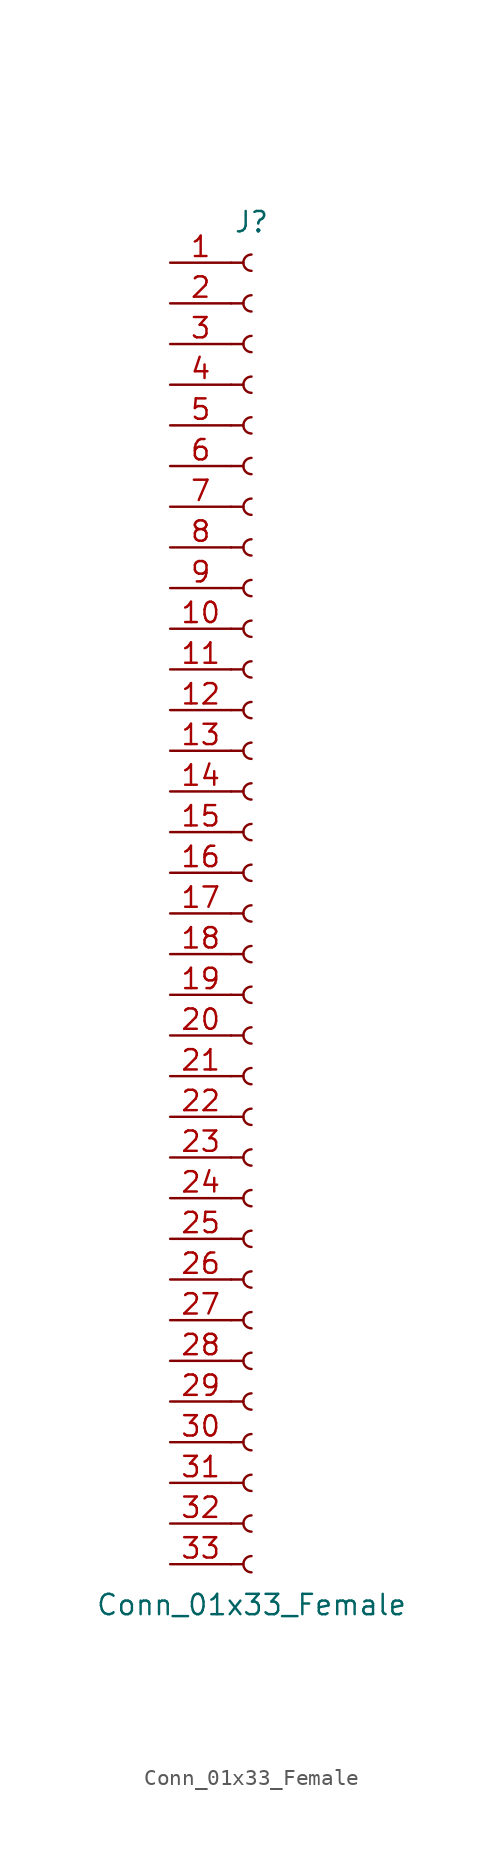
<source format=kicad_sym>
(kicad_symbol_lib
  (version 20220914)
  (generator kicad_symbol_editor)
  (symbol "Conn_01x33_Female"
    (pin_names
      (offset 1.016) hide)
    (property "Reference" "J"
      (at 0 43.18 0)
      (effects (font (size 1.27 1.27))))
    (property "Value" "Conn_01x33_Female"
      (at 0 -43.18 0)
      (effects (font (size 1.27 1.27))))
    (symbol "Conn_01x33_Female_1_1"
      (arc (start 0 -40.132) (mid -0.5058 -40.64) (end 0 -41.148) (stroke (width 0.1524) (type solid)) (fill (type none)))
      (arc (start 0 -37.592) (mid -0.5058 -38.1) (end 0 -38.608) (stroke (width 0.1524) (type solid)) (fill (type none)))
      (arc (start 0 -35.052) (mid -0.5058 -35.56) (end 0 -36.068) (stroke (width 0.1524) (type solid)) (fill (type none)))
      (arc (start 0 -32.512) (mid -0.5058 -33.02) (end 0 -33.528) (stroke (width 0.1524) (type solid)) (fill (type none)))
      (arc (start 0 -29.972) (mid -0.5058 -30.48) (end 0 -30.988) (stroke (width 0.1524) (type solid)) (fill (type none)))
      (arc (start 0 -27.432) (mid -0.5058 -27.94) (end 0 -28.448) (stroke (width 0.1524) (type solid)) (fill (type none)))
      (arc (start 0 -24.892) (mid -0.5058 -25.4) (end 0 -25.908) (stroke (width 0.1524) (type solid)) (fill (type none)))
      (arc (start 0 -22.352) (mid -0.5058 -22.86) (end 0 -23.368) (stroke (width 0.1524) (type solid)) (fill (type none)))
      (arc (start 0 -19.812) (mid -0.5058 -20.32) (end 0 -20.828) (stroke (width 0.1524) (type solid)) (fill (type none)))
      (arc (start 0 -17.272) (mid -0.5058 -17.78) (end 0 -18.288) (stroke (width 0.1524) (type solid)) (fill (type none)))
      (arc (start 0 -14.732) (mid -0.5058 -15.24) (end 0 -15.748) (stroke (width 0.1524) (type solid)) (fill (type none)))
      (arc (start 0 -12.192) (mid -0.5058 -12.7) (end 0 -13.208) (stroke (width 0.1524) (type solid)) (fill (type none)))
      (arc (start 0 -9.652) (mid -0.5058 -10.16) (end 0 -10.668) (stroke (width 0.1524) (type solid)) (fill (type none)))
      (arc (start 0 -7.112) (mid -0.5058 -7.62) (end 0 -8.128) (stroke (width 0.1524) (type solid)) (fill (type none)))
      (arc (start 0 -4.572) (mid -0.5058 -5.08) (end 0 -5.588) (stroke (width 0.1524) (type solid)) (fill (type none)))
      (arc (start 0 -2.032) (mid -0.5058 -2.54) (end 0 -3.048) (stroke (width 0.1524) (type solid)) (fill (type none)))
      (polyline (pts (xy -1.27 -40.64) (xy -0.508 -40.64)) (stroke (width 0.152) (type solid)) (fill (type none)))
      (polyline (pts (xy -1.27 -38.1) (xy -0.508 -38.1)) (stroke (width 0.152) (type solid)) (fill (type none)))
      (polyline (pts (xy -1.27 -35.56) (xy -0.508 -35.56)) (stroke (width 0.152) (type solid)) (fill (type none)))
      (polyline (pts (xy -1.27 -33.02) (xy -0.508 -33.02)) (stroke (width 0.152) (type solid)) (fill (type none)))
      (polyline (pts (xy -1.27 -30.48) (xy -0.508 -30.48)) (stroke (width 0.152) (type solid)) (fill (type none)))
      (polyline (pts (xy -1.27 -27.94) (xy -0.508 -27.94)) (stroke (width 0.152) (type solid)) (fill (type none)))
      (polyline (pts (xy -1.27 -25.4) (xy -0.508 -25.4)) (stroke (width 0.152) (type solid)) (fill (type none)))
      (polyline (pts (xy -1.27 -22.86) (xy -0.508 -22.86)) (stroke (width 0.152) (type solid)) (fill (type none)))
      (polyline (pts (xy -1.27 -20.32) (xy -0.508 -20.32)) (stroke (width 0.152) (type solid)) (fill (type none)))
      (polyline (pts (xy -1.27 -17.78) (xy -0.508 -17.78)) (stroke (width 0.152) (type solid)) (fill (type none)))
      (polyline (pts (xy -1.27 -15.24) (xy -0.508 -15.24)) (stroke (width 0.152) (type solid)) (fill (type none)))
      (polyline (pts (xy -1.27 -12.7) (xy -0.508 -12.7)) (stroke (width 0.152) (type solid)) (fill (type none)))
      (polyline (pts (xy -1.27 -10.16) (xy -0.508 -10.16)) (stroke (width 0.152) (type solid)) (fill (type none)))
      (polyline (pts (xy -1.27 -7.62) (xy -0.508 -7.62)) (stroke (width 0.152) (type solid)) (fill (type none)))
      (polyline (pts (xy -1.27 -5.08) (xy -0.508 -5.08)) (stroke (width 0.152) (type solid)) (fill (type none)))
      (polyline (pts (xy -1.27 -2.54) (xy -0.508 -2.54)) (stroke (width 0.152) (type solid)) (fill (type none)))
      (polyline (pts (xy -1.27 0) (xy -0.508 0)) (stroke (width 0.152) (type solid)) (fill (type none)))
      (polyline (pts (xy -1.27 2.54) (xy -0.508 2.54)) (stroke (width 0.152) (type solid)) (fill (type none)))
      (polyline (pts (xy -1.27 5.08) (xy -0.508 5.08)) (stroke (width 0.152) (type solid)) (fill (type none)))
      (polyline (pts (xy -1.27 7.62) (xy -0.508 7.62)) (stroke (width 0.152) (type solid)) (fill (type none)))
      (polyline (pts (xy -1.27 10.16) (xy -0.508 10.16)) (stroke (width 0.152) (type solid)) (fill (type none)))
      (polyline (pts (xy -1.27 12.7) (xy -0.508 12.7)) (stroke (width 0.152) (type solid)) (fill (type none)))
      (polyline (pts (xy -1.27 15.24) (xy -0.508 15.24)) (stroke (width 0.152) (type solid)) (fill (type none)))
      (polyline (pts (xy -1.27 17.78) (xy -0.508 17.78)) (stroke (width 0.152) (type solid)) (fill (type none)))
      (polyline (pts (xy -1.27 20.32) (xy -0.508 20.32)) (stroke (width 0.152) (type solid)) (fill (type none)))
      (polyline (pts (xy -1.27 22.86) (xy -0.508 22.86)) (stroke (width 0.152) (type solid)) (fill (type none)))
      (polyline (pts (xy -1.27 25.4) (xy -0.508 25.4)) (stroke (width 0.152) (type solid)) (fill (type none)))
      (polyline (pts (xy -1.27 27.94) (xy -0.508 27.94)) (stroke (width 0.152) (type solid)) (fill (type none)))
      (polyline (pts (xy -1.27 30.48) (xy -0.508 30.48)) (stroke (width 0.152) (type solid)) (fill (type none)))
      (polyline (pts (xy -1.27 33.02) (xy -0.508 33.02)) (stroke (width 0.152) (type solid)) (fill (type none)))
      (polyline (pts (xy -1.27 35.56) (xy -0.508 35.56)) (stroke (width 0.152) (type solid)) (fill (type none)))
      (polyline (pts (xy -1.27 38.1) (xy -0.508 38.1)) (stroke (width 0.152) (type solid)) (fill (type none)))
      (polyline (pts (xy -1.27 40.64) (xy -0.508 40.64)) (stroke (width 0.152) (type solid)) (fill (type none)))
      (arc (start 0 0.508) (mid -0.5058 0) (end 0 -0.508) (stroke (width 0.1524) (type solid)) (fill (type none)))
      (arc (start 0 3.048) (mid -0.5058 2.54) (end 0 2.032) (stroke (width 0.1524) (type solid)) (fill (type none)))
      (arc (start 0 5.588) (mid -0.5058 5.08) (end 0 4.572) (stroke (width 0.1524) (type solid)) (fill (type none)))
      (arc (start 0 8.128) (mid -0.5058 7.62) (end 0 7.112) (stroke (width 0.1524) (type solid)) (fill (type none)))
      (arc (start 0 10.668) (mid -0.5058 10.16) (end 0 9.652) (stroke (width 0.1524) (type solid)) (fill (type none)))
      (arc (start 0 13.208) (mid -0.5058 12.7) (end 0 12.192) (stroke (width 0.1524) (type solid)) (fill (type none)))
      (arc (start 0 15.748) (mid -0.5058 15.24) (end 0 14.732) (stroke (width 0.1524) (type solid)) (fill (type none)))
      (arc (start 0 18.288) (mid -0.5058 17.78) (end 0 17.272) (stroke (width 0.1524) (type solid)) (fill (type none)))
      (arc (start 0 20.828) (mid -0.5058 20.32) (end 0 19.812) (stroke (width 0.1524) (type solid)) (fill (type none)))
      (arc (start 0 23.368) (mid -0.5058 22.86) (end 0 22.352) (stroke (width 0.1524) (type solid)) (fill (type none)))
      (arc (start 0 25.908) (mid -0.5058 25.4) (end 0 24.892) (stroke (width 0.1524) (type solid)) (fill (type none)))
      (arc (start 0 28.448) (mid -0.5058 27.94) (end 0 27.432) (stroke (width 0.1524) (type solid)) (fill (type none)))
      (arc (start 0 30.988) (mid -0.5058 30.48) (end 0 29.972) (stroke (width 0.1524) (type solid)) (fill (type none)))
      (arc (start 0 33.528) (mid -0.5058 33.02) (end 0 32.512) (stroke (width 0.1524) (type solid)) (fill (type none)))
      (arc (start 0 36.068) (mid -0.5058 35.56) (end 0 35.052) (stroke (width 0.1524) (type solid)) (fill (type none)))
      (arc (start 0 38.608) (mid -0.5058 38.1) (end 0 37.592) (stroke (width 0.1524) (type solid)) (fill (type none)))
      (arc (start 0 41.148) (mid -0.5058 40.64) (end 0 40.132) (stroke (width 0.1524) (type solid)) (fill (type none)))
      (pin passive line (at -5.08 40.64 0) (length 3.81) (name "Pin_1" (effects (font (size 1.27 1.27)))) (number "1" (effects (font (size 1.27 1.27)))))
      (pin passive line (at -5.08 17.78 0) (length 3.81) (name "Pin_10" (effects (font (size 1.27 1.27)))) (number "10" (effects (font (size 1.27 1.27)))))
      (pin passive line (at -5.08 15.24 0) (length 3.81) (name "Pin_11" (effects (font (size 1.27 1.27)))) (number "11" (effects (font (size 1.27 1.27)))))
      (pin passive line (at -5.08 12.7 0) (length 3.81) (name "Pin_12" (effects (font (size 1.27 1.27)))) (number "12" (effects (font (size 1.27 1.27)))))
      (pin passive line (at -5.08 10.16 0) (length 3.81) (name "Pin_13" (effects (font (size 1.27 1.27)))) (number "13" (effects (font (size 1.27 1.27)))))
      (pin passive line (at -5.08 7.62 0) (length 3.81) (name "Pin_14" (effects (font (size 1.27 1.27)))) (number "14" (effects (font (size 1.27 1.27)))))
      (pin passive line (at -5.08 5.08 0) (length 3.81) (name "Pin_15" (effects (font (size 1.27 1.27)))) (number "15" (effects (font (size 1.27 1.27)))))
      (pin passive line (at -5.08 2.54 0) (length 3.81) (name "Pin_16" (effects (font (size 1.27 1.27)))) (number "16" (effects (font (size 1.27 1.27)))))
      (pin passive line (at -5.08 0 0) (length 3.81) (name "Pin_17" (effects (font (size 1.27 1.27)))) (number "17" (effects (font (size 1.27 1.27)))))
      (pin passive line (at -5.08 -2.54 0) (length 3.81) (name "Pin_18" (effects (font (size 1.27 1.27)))) (number "18" (effects (font (size 1.27 1.27)))))
      (pin passive line (at -5.08 -5.08 0) (length 3.81) (name "Pin_19" (effects (font (size 1.27 1.27)))) (number "19" (effects (font (size 1.27 1.27)))))
      (pin passive line (at -5.08 38.1 0) (length 3.81) (name "Pin_2" (effects (font (size 1.27 1.27)))) (number "2" (effects (font (size 1.27 1.27)))))
      (pin passive line (at -5.08 -7.62 0) (length 3.81) (name "Pin_20" (effects (font (size 1.27 1.27)))) (number "20" (effects (font (size 1.27 1.27)))))
      (pin passive line (at -5.08 -10.16 0) (length 3.81) (name "Pin_21" (effects (font (size 1.27 1.27)))) (number "21" (effects (font (size 1.27 1.27)))))
      (pin passive line (at -5.08 -12.7 0) (length 3.81) (name "Pin_22" (effects (font (size 1.27 1.27)))) (number "22" (effects (font (size 1.27 1.27)))))
      (pin passive line (at -5.08 -15.24 0) (length 3.81) (name "Pin_23" (effects (font (size 1.27 1.27)))) (number "23" (effects (font (size 1.27 1.27)))))
      (pin passive line (at -5.08 -17.78 0) (length 3.81) (name "Pin_24" (effects (font (size 1.27 1.27)))) (number "24" (effects (font (size 1.27 1.27)))))
      (pin passive line (at -5.08 -20.32 0) (length 3.81) (name "Pin_25" (effects (font (size 1.27 1.27)))) (number "25" (effects (font (size 1.27 1.27)))))
      (pin passive line (at -5.08 -22.86 0) (length 3.81) (name "Pin_26" (effects (font (size 1.27 1.27)))) (number "26" (effects (font (size 1.27 1.27)))))
      (pin passive line (at -5.08 -25.4 0) (length 3.81) (name "Pin_27" (effects (font (size 1.27 1.27)))) (number "27" (effects (font (size 1.27 1.27)))))
      (pin passive line (at -5.08 -27.94 0) (length 3.81) (name "Pin_28" (effects (font (size 1.27 1.27)))) (number "28" (effects (font (size 1.27 1.27)))))
      (pin passive line (at -5.08 -30.48 0) (length 3.81) (name "Pin_29" (effects (font (size 1.27 1.27)))) (number "29" (effects (font (size 1.27 1.27)))))
      (pin passive line (at -5.08 35.56 0) (length 3.81) (name "Pin_3" (effects (font (size 1.27 1.27)))) (number "3" (effects (font (size 1.27 1.27)))))
      (pin passive line (at -5.08 -33.02 0) (length 3.81) (name "Pin_30" (effects (font (size 1.27 1.27)))) (number "30" (effects (font (size 1.27 1.27)))))
      (pin passive line (at -5.08 -35.56 0) (length 3.81) (name "Pin_31" (effects (font (size 1.27 1.27)))) (number "31" (effects (font (size 1.27 1.27)))))
      (pin passive line (at -5.08 -38.1 0) (length 3.81) (name "Pin_32" (effects (font (size 1.27 1.27)))) (number "32" (effects (font (size 1.27 1.27)))))
      (pin passive line (at -5.08 -40.64 0) (length 3.81) (name "Pin_33" (effects (font (size 1.27 1.27)))) (number "33" (effects (font (size 1.27 1.27)))))
      (pin passive line (at -5.08 33.02 0) (length 3.81) (name "Pin_4" (effects (font (size 1.27 1.27)))) (number "4" (effects (font (size 1.27 1.27)))))
      (pin passive line (at -5.08 30.48 0) (length 3.81) (name "Pin_5" (effects (font (size 1.27 1.27)))) (number "5" (effects (font (size 1.27 1.27)))))
      (pin passive line (at -5.08 27.94 0) (length 3.81) (name "Pin_6" (effects (font (size 1.27 1.27)))) (number "6" (effects (font (size 1.27 1.27)))))
      (pin passive line (at -5.08 25.4 0) (length 3.81) (name "Pin_7" (effects (font (size 1.27 1.27)))) (number "7" (effects (font (size 1.27 1.27)))))
      (pin passive line (at -5.08 22.86 0) (length 3.81) (name "Pin_8" (effects (font (size 1.27 1.27)))) (number "8" (effects (font (size 1.27 1.27)))))
      (pin passive line (at -5.08 20.32 0) (length 3.81) (name "Pin_9" (effects (font (size 1.27 1.27)))) (number "9" (effects (font (size 1.27 1.27))))))))
</source>
